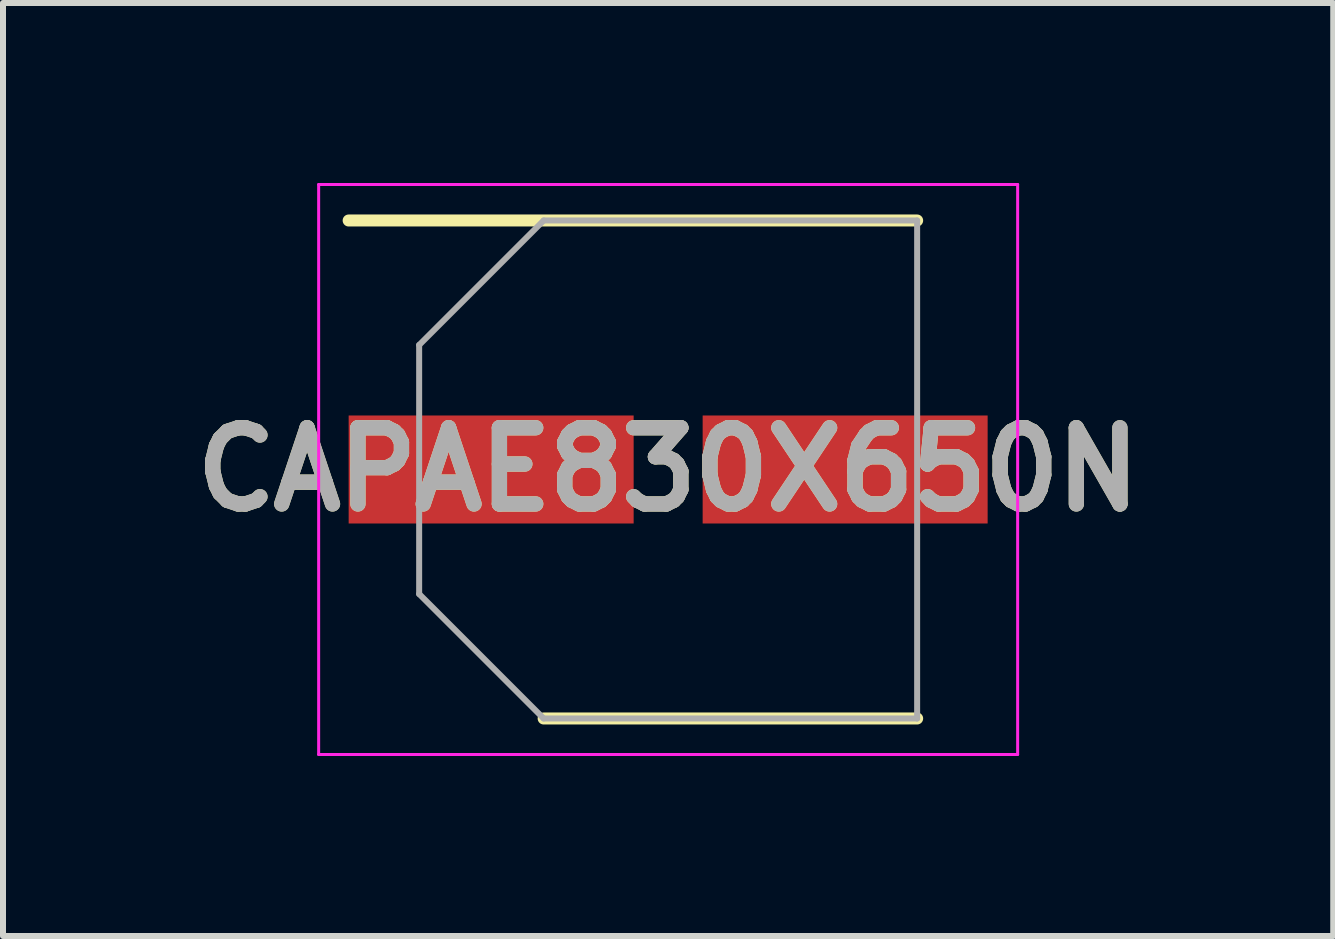
<source format=kicad_pcb>
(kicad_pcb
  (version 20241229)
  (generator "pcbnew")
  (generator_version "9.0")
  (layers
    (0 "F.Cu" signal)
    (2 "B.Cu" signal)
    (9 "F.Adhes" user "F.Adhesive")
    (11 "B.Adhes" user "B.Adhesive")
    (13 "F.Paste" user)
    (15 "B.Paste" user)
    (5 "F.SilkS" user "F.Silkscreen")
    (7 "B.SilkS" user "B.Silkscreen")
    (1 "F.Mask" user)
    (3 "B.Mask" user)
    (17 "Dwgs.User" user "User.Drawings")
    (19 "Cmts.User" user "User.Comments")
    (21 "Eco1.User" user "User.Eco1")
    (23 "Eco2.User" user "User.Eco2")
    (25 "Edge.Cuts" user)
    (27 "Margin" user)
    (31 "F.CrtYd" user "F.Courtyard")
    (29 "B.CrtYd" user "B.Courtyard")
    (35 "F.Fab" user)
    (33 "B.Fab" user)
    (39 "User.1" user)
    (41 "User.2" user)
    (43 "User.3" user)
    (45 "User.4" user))
  (footprint "CAPAE830X650N"
    (layer "F.Cu")
    (at 8.086 4.775)
    (property "Reference" "CAPAE830X650N" (at 0 0 0) (layer "F.SilkS") (effects (font (size 1.27 1.27) (thickness 0.254))))
    (attr smd)
    (fp_line (start -5.325 -4.15) (end 4.15 -4.15) (stroke (width 0.2) (type solid)) (layer "F.SilkS"))
    (fp_line (start -2.075 4.15) (end 4.15 4.15) (stroke (width 0.2) (type solid)) (layer "F.SilkS"))
    (fp_line (start -5.825 -4.75) (end 5.825 -4.75) (stroke (width 0.05) (type solid)) (layer "F.CrtYd"))
    (fp_line (start -5.825 4.75) (end -5.825 -4.75) (stroke (width 0.05) (type solid)) (layer "F.CrtYd"))
    (fp_line (start 5.825 -4.75) (end 5.825 4.75) (stroke (width 0.05) (type solid)) (layer "F.CrtYd"))
    (fp_line (start 5.825 4.75) (end -5.825 4.75) (stroke (width 0.05) (type solid)) (layer "F.CrtYd"))
    (fp_line (start -4.15 -2.075) (end -4.15 2.075) (stroke (width 0.1) (type solid)) (layer "F.Fab"))
    (fp_line (start -4.15 2.075) (end -2.075 4.15) (stroke (width 0.1) (type solid)) (layer "F.Fab"))
    (fp_line (start -2.075 -4.15) (end -4.15 -2.075) (stroke (width 0.1) (type solid)) (layer "F.Fab"))
    (fp_line (start -2.075 4.15) (end 4.15 4.15) (stroke (width 0.1) (type solid)) (layer "F.Fab"))
    (fp_line (start 4.15 -4.15) (end -2.075 -4.15) (stroke (width 0.1) (type solid)) (layer "F.Fab"))
    (fp_line (start 4.15 4.15) (end 4.15 -4.15) (stroke (width 0.1) (type solid)) (layer "F.Fab"))
    (fp_text user "${REFERENCE}" (at 0 0 0) (layer "F.Fab") (effects (font (size 1.27 1.27) (thickness 0.254))))
    (pad "1" smd rect (at -2.95 0 90) (size 1.8 4.75) (layers "F.Cu" "F.Mask" "F.Paste"))
    (pad "2" smd rect (at 2.95 0 90) (size 1.8 4.75) (layers "F.Cu" "F.Mask" "F.Paste")))
  (gr_rect
    (start -3 -3)
    (end 19.171 12.55)
    (stroke (width 0.1) (type default))
    (fill no)
    (layer "Edge.Cuts")))
</source>
